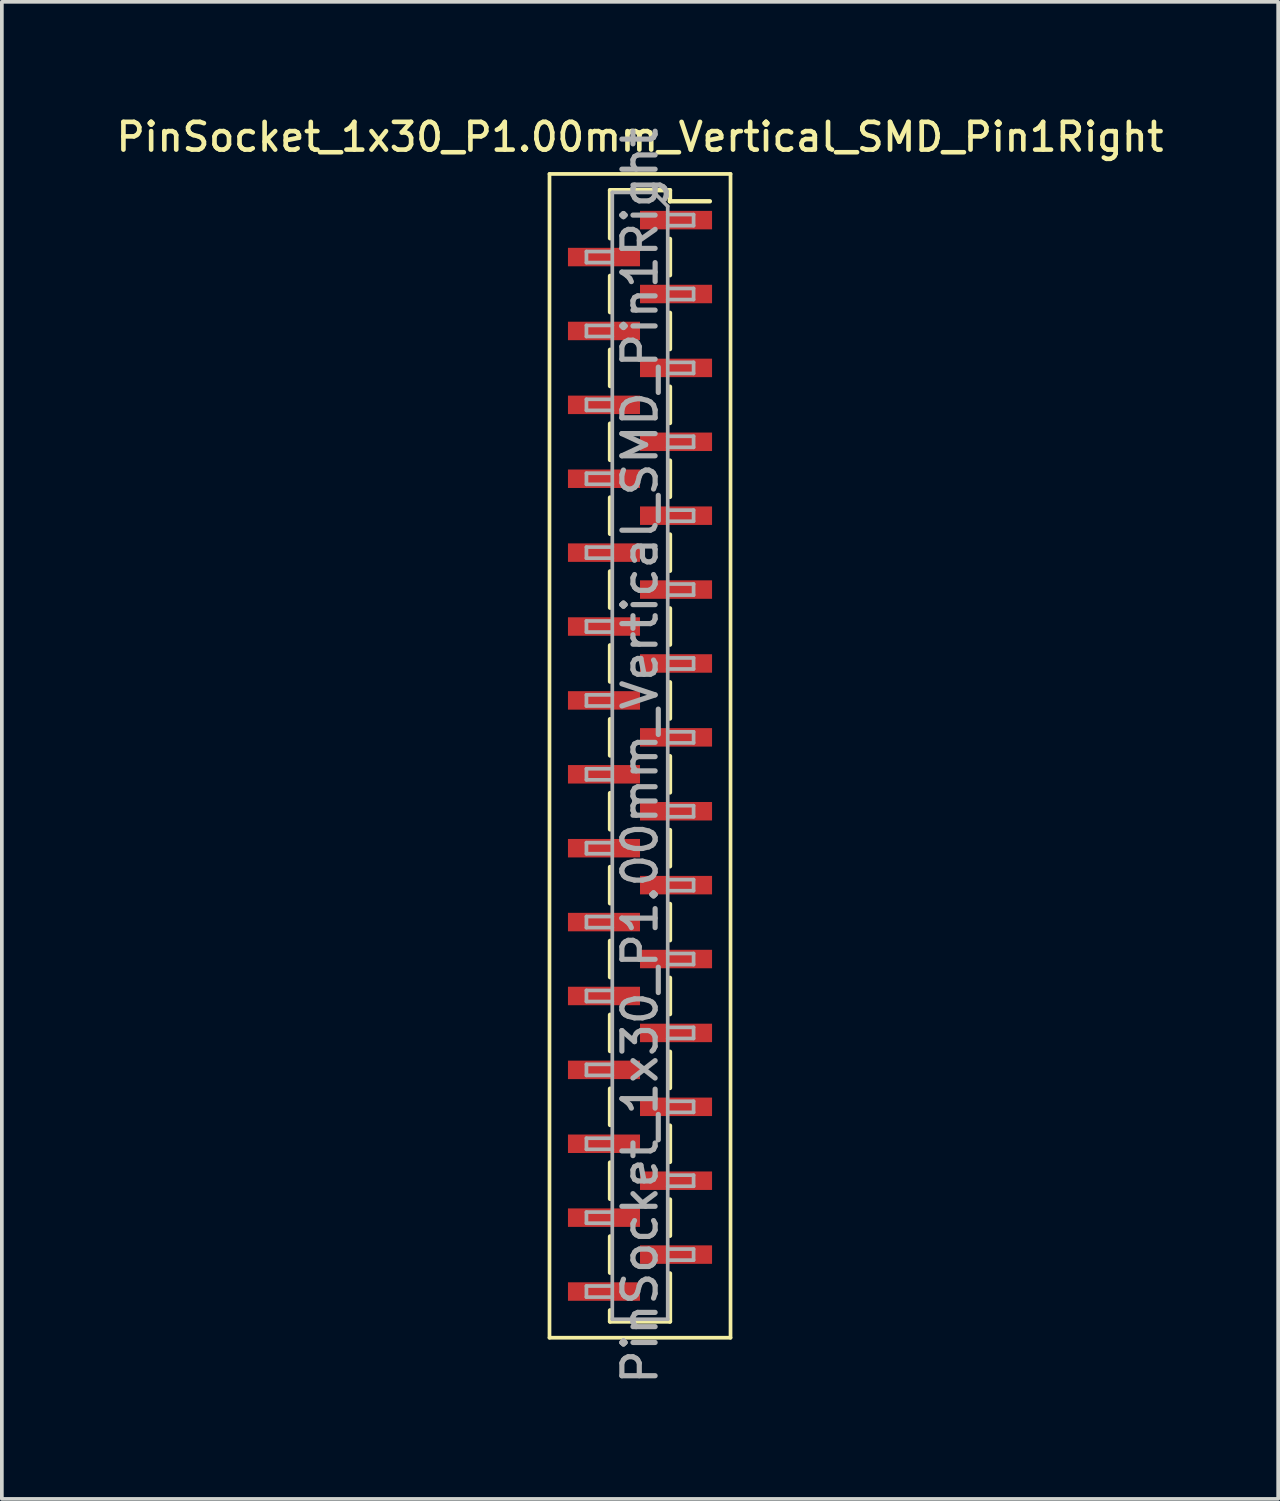
<source format=kicad_pcb>
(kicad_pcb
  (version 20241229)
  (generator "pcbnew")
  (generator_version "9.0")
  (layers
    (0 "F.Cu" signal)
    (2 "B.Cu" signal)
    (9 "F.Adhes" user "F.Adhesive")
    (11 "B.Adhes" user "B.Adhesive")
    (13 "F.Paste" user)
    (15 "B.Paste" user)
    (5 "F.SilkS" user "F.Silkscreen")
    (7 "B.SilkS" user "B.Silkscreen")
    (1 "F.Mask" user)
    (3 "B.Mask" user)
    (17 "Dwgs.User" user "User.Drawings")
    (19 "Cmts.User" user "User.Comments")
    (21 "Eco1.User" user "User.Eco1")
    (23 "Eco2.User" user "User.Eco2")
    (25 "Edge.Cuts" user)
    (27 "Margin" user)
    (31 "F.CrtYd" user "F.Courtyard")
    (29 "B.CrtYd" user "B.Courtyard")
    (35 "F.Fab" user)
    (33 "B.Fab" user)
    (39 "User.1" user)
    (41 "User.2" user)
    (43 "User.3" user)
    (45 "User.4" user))
  (footprint "PinSocket_1x30_P1.00mm_Vertical_SMD_Pin1Right"
    (layer "F.Cu")
    (at 14.273 17.408)
    (property "Reference" "PinSocket_1x30_P1.00mm_Vertical_SMD_Pin1Right" (at 0 -16.75 0) (layer "F.SilkS") (effects (font (size 0.75 0.75) (thickness 0.125))))
    (attr smd)
    (fp_line (start -2.45 -15.75) (end 2.45 -15.75) (stroke (width 0.1) (type solid)) (layer "F.SilkS"))
    (fp_line (start -2.45 15.75) (end -2.45 -15.75) (stroke (width 0.1) (type solid)) (layer "F.SilkS"))
    (fp_line (start -0.81 -15.31) (end -0.81 -14.01) (stroke (width 0.12) (type solid)) (layer "F.SilkS"))
    (fp_line (start -0.81 -15.31) (end 0.81 -15.31) (stroke (width 0.12) (type solid)) (layer "F.SilkS"))
    (fp_line (start -0.81 -12.99) (end -0.81 -12.01) (stroke (width 0.12) (type solid)) (layer "F.SilkS"))
    (fp_line (start -0.81 -10.99) (end -0.81 -10.01) (stroke (width 0.12) (type solid)) (layer "F.SilkS"))
    (fp_line (start -0.81 -8.99) (end -0.81 -8.01) (stroke (width 0.12) (type solid)) (layer "F.SilkS"))
    (fp_line (start -0.81 -6.99) (end -0.81 -6.01) (stroke (width 0.12) (type solid)) (layer "F.SilkS"))
    (fp_line (start -0.81 -4.99) (end -0.81 -4.01) (stroke (width 0.12) (type solid)) (layer "F.SilkS"))
    (fp_line (start -0.81 -2.99) (end -0.81 -2.01) (stroke (width 0.12) (type solid)) (layer "F.SilkS"))
    (fp_line (start -0.81 -0.99) (end -0.81 -0.01) (stroke (width 0.12) (type solid)) (layer "F.SilkS"))
    (fp_line (start -0.81 1.01) (end -0.81 1.99) (stroke (width 0.12) (type solid)) (layer "F.SilkS"))
    (fp_line (start -0.81 3.01) (end -0.81 3.99) (stroke (width 0.12) (type solid)) (layer "F.SilkS"))
    (fp_line (start -0.81 5.01) (end -0.81 5.99) (stroke (width 0.12) (type solid)) (layer "F.SilkS"))
    (fp_line (start -0.81 7.01) (end -0.81 7.99) (stroke (width 0.12) (type solid)) (layer "F.SilkS"))
    (fp_line (start -0.81 9.01) (end -0.81 9.99) (stroke (width 0.12) (type solid)) (layer "F.SilkS"))
    (fp_line (start -0.81 11.01) (end -0.81 11.99) (stroke (width 0.12) (type solid)) (layer "F.SilkS"))
    (fp_line (start -0.81 13.01) (end -0.81 13.99) (stroke (width 0.12) (type solid)) (layer "F.SilkS"))
    (fp_line (start -0.81 15.01) (end -0.81 15.31) (stroke (width 0.12) (type solid)) (layer "F.SilkS"))
    (fp_line (start -0.81 15.31) (end 0.81 15.31) (stroke (width 0.12) (type solid)) (layer "F.SilkS"))
    (fp_line (start 0.81 -15.31) (end 0.81 -15.01) (stroke (width 0.12) (type solid)) (layer "F.SilkS"))
    (fp_line (start 0.81 -15.01) (end 1.89 -15.01) (stroke (width 0.12) (type solid)) (layer "F.SilkS"))
    (fp_line (start 0.81 -13.99) (end 0.81 -13.01) (stroke (width 0.12) (type solid)) (layer "F.SilkS"))
    (fp_line (start 0.81 -11.99) (end 0.81 -11.01) (stroke (width 0.12) (type solid)) (layer "F.SilkS"))
    (fp_line (start 0.81 -9.99) (end 0.81 -9.01) (stroke (width 0.12) (type solid)) (layer "F.SilkS"))
    (fp_line (start 0.81 -7.99) (end 0.81 -7.01) (stroke (width 0.12) (type solid)) (layer "F.SilkS"))
    (fp_line (start 0.81 -5.99) (end 0.81 -5.01) (stroke (width 0.12) (type solid)) (layer "F.SilkS"))
    (fp_line (start 0.81 -3.99) (end 0.81 -3.01) (stroke (width 0.12) (type solid)) (layer "F.SilkS"))
    (fp_line (start 0.81 -1.99) (end 0.81 -1.01) (stroke (width 0.12) (type solid)) (layer "F.SilkS"))
    (fp_line (start 0.81 0.01) (end 0.81 0.99) (stroke (width 0.12) (type solid)) (layer "F.SilkS"))
    (fp_line (start 0.81 2.01) (end 0.81 2.99) (stroke (width 0.12) (type solid)) (layer "F.SilkS"))
    (fp_line (start 0.81 4.01) (end 0.81 4.99) (stroke (width 0.12) (type solid)) (layer "F.SilkS"))
    (fp_line (start 0.81 6.01) (end 0.81 6.99) (stroke (width 0.12) (type solid)) (layer "F.SilkS"))
    (fp_line (start 0.81 8.01) (end 0.81 8.99) (stroke (width 0.12) (type solid)) (layer "F.SilkS"))
    (fp_line (start 0.81 10.01) (end 0.81 10.99) (stroke (width 0.12) (type solid)) (layer "F.SilkS"))
    (fp_line (start 0.81 12.01) (end 0.81 12.99) (stroke (width 0.12) (type solid)) (layer "F.SilkS"))
    (fp_line (start 0.81 14.01) (end 0.81 15.31) (stroke (width 0.12) (type solid)) (layer "F.SilkS"))
    (fp_line (start 2.45 -15.75) (end 2.45 15.75) (stroke (width 0.1) (type solid)) (layer "F.SilkS"))
    (fp_line (start 2.45 15.75) (end -2.45 15.75) (stroke (width 0.1) (type solid)) (layer "F.SilkS"))
    (fp_line (start -1.45 -13.65) (end -0.75 -13.65) (stroke (width 0.1) (type solid)) (layer "F.Fab"))
    (fp_line (start -1.45 -13.35) (end -1.45 -13.65) (stroke (width 0.1) (type solid)) (layer "F.Fab"))
    (fp_line (start -1.45 -11.65) (end -0.75 -11.65) (stroke (width 0.1) (type solid)) (layer "F.Fab"))
    (fp_line (start -1.45 -11.35) (end -1.45 -11.65) (stroke (width 0.1) (type solid)) (layer "F.Fab"))
    (fp_line (start -1.45 -9.65) (end -0.75 -9.65) (stroke (width 0.1) (type solid)) (layer "F.Fab"))
    (fp_line (start -1.45 -9.35) (end -1.45 -9.65) (stroke (width 0.1) (type solid)) (layer "F.Fab"))
    (fp_line (start -1.45 -7.65) (end -0.75 -7.65) (stroke (width 0.1) (type solid)) (layer "F.Fab"))
    (fp_line (start -1.45 -7.35) (end -1.45 -7.65) (stroke (width 0.1) (type solid)) (layer "F.Fab"))
    (fp_line (start -1.45 -5.65) (end -0.75 -5.65) (stroke (width 0.1) (type solid)) (layer "F.Fab"))
    (fp_line (start -1.45 -5.35) (end -1.45 -5.65) (stroke (width 0.1) (type solid)) (layer "F.Fab"))
    (fp_line (start -1.45 -3.65) (end -0.75 -3.65) (stroke (width 0.1) (type solid)) (layer "F.Fab"))
    (fp_line (start -1.45 -3.35) (end -1.45 -3.65) (stroke (width 0.1) (type solid)) (layer "F.Fab"))
    (fp_line (start -1.45 -1.65) (end -0.75 -1.65) (stroke (width 0.1) (type solid)) (layer "F.Fab"))
    (fp_line (start -1.45 -1.35) (end -1.45 -1.65) (stroke (width 0.1) (type solid)) (layer "F.Fab"))
    (fp_line (start -1.45 0.35) (end -0.75 0.35) (stroke (width 0.1) (type solid)) (layer "F.Fab"))
    (fp_line (start -1.45 0.65) (end -1.45 0.35) (stroke (width 0.1) (type solid)) (layer "F.Fab"))
    (fp_line (start -1.45 2.35) (end -0.75 2.35) (stroke (width 0.1) (type solid)) (layer "F.Fab"))
    (fp_line (start -1.45 2.65) (end -1.45 2.35) (stroke (width 0.1) (type solid)) (layer "F.Fab"))
    (fp_line (start -1.45 4.35) (end -0.75 4.35) (stroke (width 0.1) (type solid)) (layer "F.Fab"))
    (fp_line (start -1.45 4.65) (end -1.45 4.35) (stroke (width 0.1) (type solid)) (layer "F.Fab"))
    (fp_line (start -1.45 6.35) (end -0.75 6.35) (stroke (width 0.1) (type solid)) (layer "F.Fab"))
    (fp_line (start -1.45 6.65) (end -1.45 6.35) (stroke (width 0.1) (type solid)) (layer "F.Fab"))
    (fp_line (start -1.45 8.35) (end -0.75 8.35) (stroke (width 0.1) (type solid)) (layer "F.Fab"))
    (fp_line (start -1.45 8.65) (end -1.45 8.35) (stroke (width 0.1) (type solid)) (layer "F.Fab"))
    (fp_line (start -1.45 10.35) (end -0.75 10.35) (stroke (width 0.1) (type solid)) (layer "F.Fab"))
    (fp_line (start -1.45 10.65) (end -1.45 10.35) (stroke (width 0.1) (type solid)) (layer "F.Fab"))
    (fp_line (start -1.45 12.35) (end -0.75 12.35) (stroke (width 0.1) (type solid)) (layer "F.Fab"))
    (fp_line (start -1.45 12.65) (end -1.45 12.35) (stroke (width 0.1) (type solid)) (layer "F.Fab"))
    (fp_line (start -1.45 14.35) (end -0.75 14.35) (stroke (width 0.1) (type solid)) (layer "F.Fab"))
    (fp_line (start -1.45 14.65) (end -1.45 14.35) (stroke (width 0.1) (type solid)) (layer "F.Fab"))
    (fp_line (start -0.75 -15.25) (end 0.375 -15.25) (stroke (width 0.1) (type solid)) (layer "F.Fab"))
    (fp_line (start -0.75 -13.35) (end -1.45 -13.35) (stroke (width 0.1) (type solid)) (layer "F.Fab"))
    (fp_line (start -0.75 -11.35) (end -1.45 -11.35) (stroke (width 0.1) (type solid)) (layer "F.Fab"))
    (fp_line (start -0.75 -9.35) (end -1.45 -9.35) (stroke (width 0.1) (type solid)) (layer "F.Fab"))
    (fp_line (start -0.75 -7.35) (end -1.45 -7.35) (stroke (width 0.1) (type solid)) (layer "F.Fab"))
    (fp_line (start -0.75 -5.35) (end -1.45 -5.35) (stroke (width 0.1) (type solid)) (layer "F.Fab"))
    (fp_line (start -0.75 -3.35) (end -1.45 -3.35) (stroke (width 0.1) (type solid)) (layer "F.Fab"))
    (fp_line (start -0.75 -1.35) (end -1.45 -1.35) (stroke (width 0.1) (type solid)) (layer "F.Fab"))
    (fp_line (start -0.75 0.65) (end -1.45 0.65) (stroke (width 0.1) (type solid)) (layer "F.Fab"))
    (fp_line (start -0.75 2.65) (end -1.45 2.65) (stroke (width 0.1) (type solid)) (layer "F.Fab"))
    (fp_line (start -0.75 4.65) (end -1.45 4.65) (stroke (width 0.1) (type solid)) (layer "F.Fab"))
    (fp_line (start -0.75 6.65) (end -1.45 6.65) (stroke (width 0.1) (type solid)) (layer "F.Fab"))
    (fp_line (start -0.75 8.65) (end -1.45 8.65) (stroke (width 0.1) (type solid)) (layer "F.Fab"))
    (fp_line (start -0.75 10.65) (end -1.45 10.65) (stroke (width 0.1) (type solid)) (layer "F.Fab"))
    (fp_line (start -0.75 12.65) (end -1.45 12.65) (stroke (width 0.1) (type solid)) (layer "F.Fab"))
    (fp_line (start -0.75 14.65) (end -1.45 14.65) (stroke (width 0.1) (type solid)) (layer "F.Fab"))
    (fp_line (start -0.75 15.25) (end -0.75 -15.25) (stroke (width 0.1) (type solid)) (layer "F.Fab"))
    (fp_line (start 0.375 -15.25) (end 0.75 -14.875) (stroke (width 0.1) (type solid)) (layer "F.Fab"))
    (fp_line (start 0.75 -14.875) (end 0.75 15.25) (stroke (width 0.1) (type solid)) (layer "F.Fab"))
    (fp_line (start 0.75 -14.65) (end 1.45 -14.65) (stroke (width 0.1) (type solid)) (layer "F.Fab"))
    (fp_line (start 0.75 -12.65) (end 1.45 -12.65) (stroke (width 0.1) (type solid)) (layer "F.Fab"))
    (fp_line (start 0.75 -10.65) (end 1.45 -10.65) (stroke (width 0.1) (type solid)) (layer "F.Fab"))
    (fp_line (start 0.75 -8.65) (end 1.45 -8.65) (stroke (width 0.1) (type solid)) (layer "F.Fab"))
    (fp_line (start 0.75 -6.65) (end 1.45 -6.65) (stroke (width 0.1) (type solid)) (layer "F.Fab"))
    (fp_line (start 0.75 -4.65) (end 1.45 -4.65) (stroke (width 0.1) (type solid)) (layer "F.Fab"))
    (fp_line (start 0.75 -2.65) (end 1.45 -2.65) (stroke (width 0.1) (type solid)) (layer "F.Fab"))
    (fp_line (start 0.75 -0.65) (end 1.45 -0.65) (stroke (width 0.1) (type solid)) (layer "F.Fab"))
    (fp_line (start 0.75 1.35) (end 1.45 1.35) (stroke (width 0.1) (type solid)) (layer "F.Fab"))
    (fp_line (start 0.75 3.35) (end 1.45 3.35) (stroke (width 0.1) (type solid)) (layer "F.Fab"))
    (fp_line (start 0.75 5.35) (end 1.45 5.35) (stroke (width 0.1) (type solid)) (layer "F.Fab"))
    (fp_line (start 0.75 7.35) (end 1.45 7.35) (stroke (width 0.1) (type solid)) (layer "F.Fab"))
    (fp_line (start 0.75 9.35) (end 1.45 9.35) (stroke (width 0.1) (type solid)) (layer "F.Fab"))
    (fp_line (start 0.75 11.35) (end 1.45 11.35) (stroke (width 0.1) (type solid)) (layer "F.Fab"))
    (fp_line (start 0.75 13.35) (end 1.45 13.35) (stroke (width 0.1) (type solid)) (layer "F.Fab"))
    (fp_line (start 0.75 15.25) (end -0.75 15.25) (stroke (width 0.1) (type solid)) (layer "F.Fab"))
    (fp_line (start 1.45 -14.65) (end 1.45 -14.35) (stroke (width 0.1) (type solid)) (layer "F.Fab"))
    (fp_line (start 1.45 -14.35) (end 0.75 -14.35) (stroke (width 0.1) (type solid)) (layer "F.Fab"))
    (fp_line (start 1.45 -12.65) (end 1.45 -12.35) (stroke (width 0.1) (type solid)) (layer "F.Fab"))
    (fp_line (start 1.45 -12.35) (end 0.75 -12.35) (stroke (width 0.1) (type solid)) (layer "F.Fab"))
    (fp_line (start 1.45 -10.65) (end 1.45 -10.35) (stroke (width 0.1) (type solid)) (layer "F.Fab"))
    (fp_line (start 1.45 -10.35) (end 0.75 -10.35) (stroke (width 0.1) (type solid)) (layer "F.Fab"))
    (fp_line (start 1.45 -8.65) (end 1.45 -8.35) (stroke (width 0.1) (type solid)) (layer "F.Fab"))
    (fp_line (start 1.45 -8.35) (end 0.75 -8.35) (stroke (width 0.1) (type solid)) (layer "F.Fab"))
    (fp_line (start 1.45 -6.65) (end 1.45 -6.35) (stroke (width 0.1) (type solid)) (layer "F.Fab"))
    (fp_line (start 1.45 -6.35) (end 0.75 -6.35) (stroke (width 0.1) (type solid)) (layer "F.Fab"))
    (fp_line (start 1.45 -4.65) (end 1.45 -4.35) (stroke (width 0.1) (type solid)) (layer "F.Fab"))
    (fp_line (start 1.45 -4.35) (end 0.75 -4.35) (stroke (width 0.1) (type solid)) (layer "F.Fab"))
    (fp_line (start 1.45 -2.65) (end 1.45 -2.35) (stroke (width 0.1) (type solid)) (layer "F.Fab"))
    (fp_line (start 1.45 -2.35) (end 0.75 -2.35) (stroke (width 0.1) (type solid)) (layer "F.Fab"))
    (fp_line (start 1.45 -0.65) (end 1.45 -0.35) (stroke (width 0.1) (type solid)) (layer "F.Fab"))
    (fp_line (start 1.45 -0.35) (end 0.75 -0.35) (stroke (width 0.1) (type solid)) (layer "F.Fab"))
    (fp_line (start 1.45 1.35) (end 1.45 1.65) (stroke (width 0.1) (type solid)) (layer "F.Fab"))
    (fp_line (start 1.45 1.65) (end 0.75 1.65) (stroke (width 0.1) (type solid)) (layer "F.Fab"))
    (fp_line (start 1.45 3.35) (end 1.45 3.65) (stroke (width 0.1) (type solid)) (layer "F.Fab"))
    (fp_line (start 1.45 3.65) (end 0.75 3.65) (stroke (width 0.1) (type solid)) (layer "F.Fab"))
    (fp_line (start 1.45 5.35) (end 1.45 5.65) (stroke (width 0.1) (type solid)) (layer "F.Fab"))
    (fp_line (start 1.45 5.65) (end 0.75 5.65) (stroke (width 0.1) (type solid)) (layer "F.Fab"))
    (fp_line (start 1.45 7.35) (end 1.45 7.65) (stroke (width 0.1) (type solid)) (layer "F.Fab"))
    (fp_line (start 1.45 7.65) (end 0.75 7.65) (stroke (width 0.1) (type solid)) (layer "F.Fab"))
    (fp_line (start 1.45 9.35) (end 1.45 9.65) (stroke (width 0.1) (type solid)) (layer "F.Fab"))
    (fp_line (start 1.45 9.65) (end 0.75 9.65) (stroke (width 0.1) (type solid)) (layer "F.Fab"))
    (fp_line (start 1.45 11.35) (end 1.45 11.65) (stroke (width 0.1) (type solid)) (layer "F.Fab"))
    (fp_line (start 1.45 11.65) (end 0.75 11.65) (stroke (width 0.1) (type solid)) (layer "F.Fab"))
    (fp_line (start 1.45 13.35) (end 1.45 13.65) (stroke (width 0.1) (type solid)) (layer "F.Fab"))
    (fp_line (start 1.45 13.65) (end 0.75 13.65) (stroke (width 0.1) (type solid)) (layer "F.Fab"))
    (fp_text user "${REFERENCE}" (at 0 0 90) (layer "F.Fab") (effects (font (size 0.9 0.9) (thickness 0.14))))
    (pad "1" smd rect (at 0.975 -14.5) (size 1.95 0.5) (layers "F.Cu" "F.Mask" "F.Paste"))
    (pad "2" smd rect (at -0.975 -13.5) (size 1.95 0.5) (layers "F.Cu" "F.Mask" "F.Paste"))
    (pad "3" smd rect (at 0.975 -12.5) (size 1.95 0.5) (layers "F.Cu" "F.Mask" "F.Paste"))
    (pad "4" smd rect (at -0.975 -11.5) (size 1.95 0.5) (layers "F.Cu" "F.Mask" "F.Paste"))
    (pad "5" smd rect (at 0.975 -10.5) (size 1.95 0.5) (layers "F.Cu" "F.Mask" "F.Paste"))
    (pad "6" smd rect (at -0.975 -9.5) (size 1.95 0.5) (layers "F.Cu" "F.Mask" "F.Paste"))
    (pad "7" smd rect (at 0.975 -8.5) (size 1.95 0.5) (layers "F.Cu" "F.Mask" "F.Paste"))
    (pad "8" smd rect (at -0.975 -7.5) (size 1.95 0.5) (layers "F.Cu" "F.Mask" "F.Paste"))
    (pad "9" smd rect (at 0.975 -6.5) (size 1.95 0.5) (layers "F.Cu" "F.Mask" "F.Paste"))
    (pad "10" smd rect (at -0.975 -5.5) (size 1.95 0.5) (layers "F.Cu" "F.Mask" "F.Paste"))
    (pad "11" smd rect (at 0.975 -4.5) (size 1.95 0.5) (layers "F.Cu" "F.Mask" "F.Paste"))
    (pad "12" smd rect (at -0.975 -3.5) (size 1.95 0.5) (layers "F.Cu" "F.Mask" "F.Paste"))
    (pad "13" smd rect (at 0.975 -2.5) (size 1.95 0.5) (layers "F.Cu" "F.Mask" "F.Paste"))
    (pad "14" smd rect (at -0.975 -1.5) (size 1.95 0.5) (layers "F.Cu" "F.Mask" "F.Paste"))
    (pad "15" smd rect (at 0.975 -0.5) (size 1.95 0.5) (layers "F.Cu" "F.Mask" "F.Paste"))
    (pad "16" smd rect (at -0.975 0.5) (size 1.95 0.5) (layers "F.Cu" "F.Mask" "F.Paste"))
    (pad "17" smd rect (at 0.975 1.5) (size 1.95 0.5) (layers "F.Cu" "F.Mask" "F.Paste"))
    (pad "18" smd rect (at -0.975 2.5) (size 1.95 0.5) (layers "F.Cu" "F.Mask" "F.Paste"))
    (pad "19" smd rect (at 0.975 3.5) (size 1.95 0.5) (layers "F.Cu" "F.Mask" "F.Paste"))
    (pad "20" smd rect (at -0.975 4.5) (size 1.95 0.5) (layers "F.Cu" "F.Mask" "F.Paste"))
    (pad "21" smd rect (at 0.975 5.5) (size 1.95 0.5) (layers "F.Cu" "F.Mask" "F.Paste"))
    (pad "22" smd rect (at -0.975 6.5) (size 1.95 0.5) (layers "F.Cu" "F.Mask" "F.Paste"))
    (pad "23" smd rect (at 0.975 7.5) (size 1.95 0.5) (layers "F.Cu" "F.Mask" "F.Paste"))
    (pad "24" smd rect (at -0.975 8.5) (size 1.95 0.5) (layers "F.Cu" "F.Mask" "F.Paste"))
    (pad "25" smd rect (at 0.975 9.5) (size 1.95 0.5) (layers "F.Cu" "F.Mask" "F.Paste"))
    (pad "26" smd rect (at -0.975 10.5) (size 1.95 0.5) (layers "F.Cu" "F.Mask" "F.Paste"))
    (pad "27" smd rect (at 0.975 11.5) (size 1.95 0.5) (layers "F.Cu" "F.Mask" "F.Paste"))
    (pad "28" smd rect (at -0.975 12.5) (size 1.95 0.5) (layers "F.Cu" "F.Mask" "F.Paste"))
    (pad "29" smd rect (at 0.975 13.5) (size 1.95 0.5) (layers "F.Cu" "F.Mask" "F.Paste"))
    (pad "30" smd rect (at -0.975 14.5) (size 1.95 0.5) (layers "F.Cu" "F.Mask" "F.Paste")))
  (gr_rect
    (start -3 -3)
    (end 31.546 37.521)
    (stroke (width 0.1) (type default))
    (fill no)
    (layer "Edge.Cuts")))
</source>
